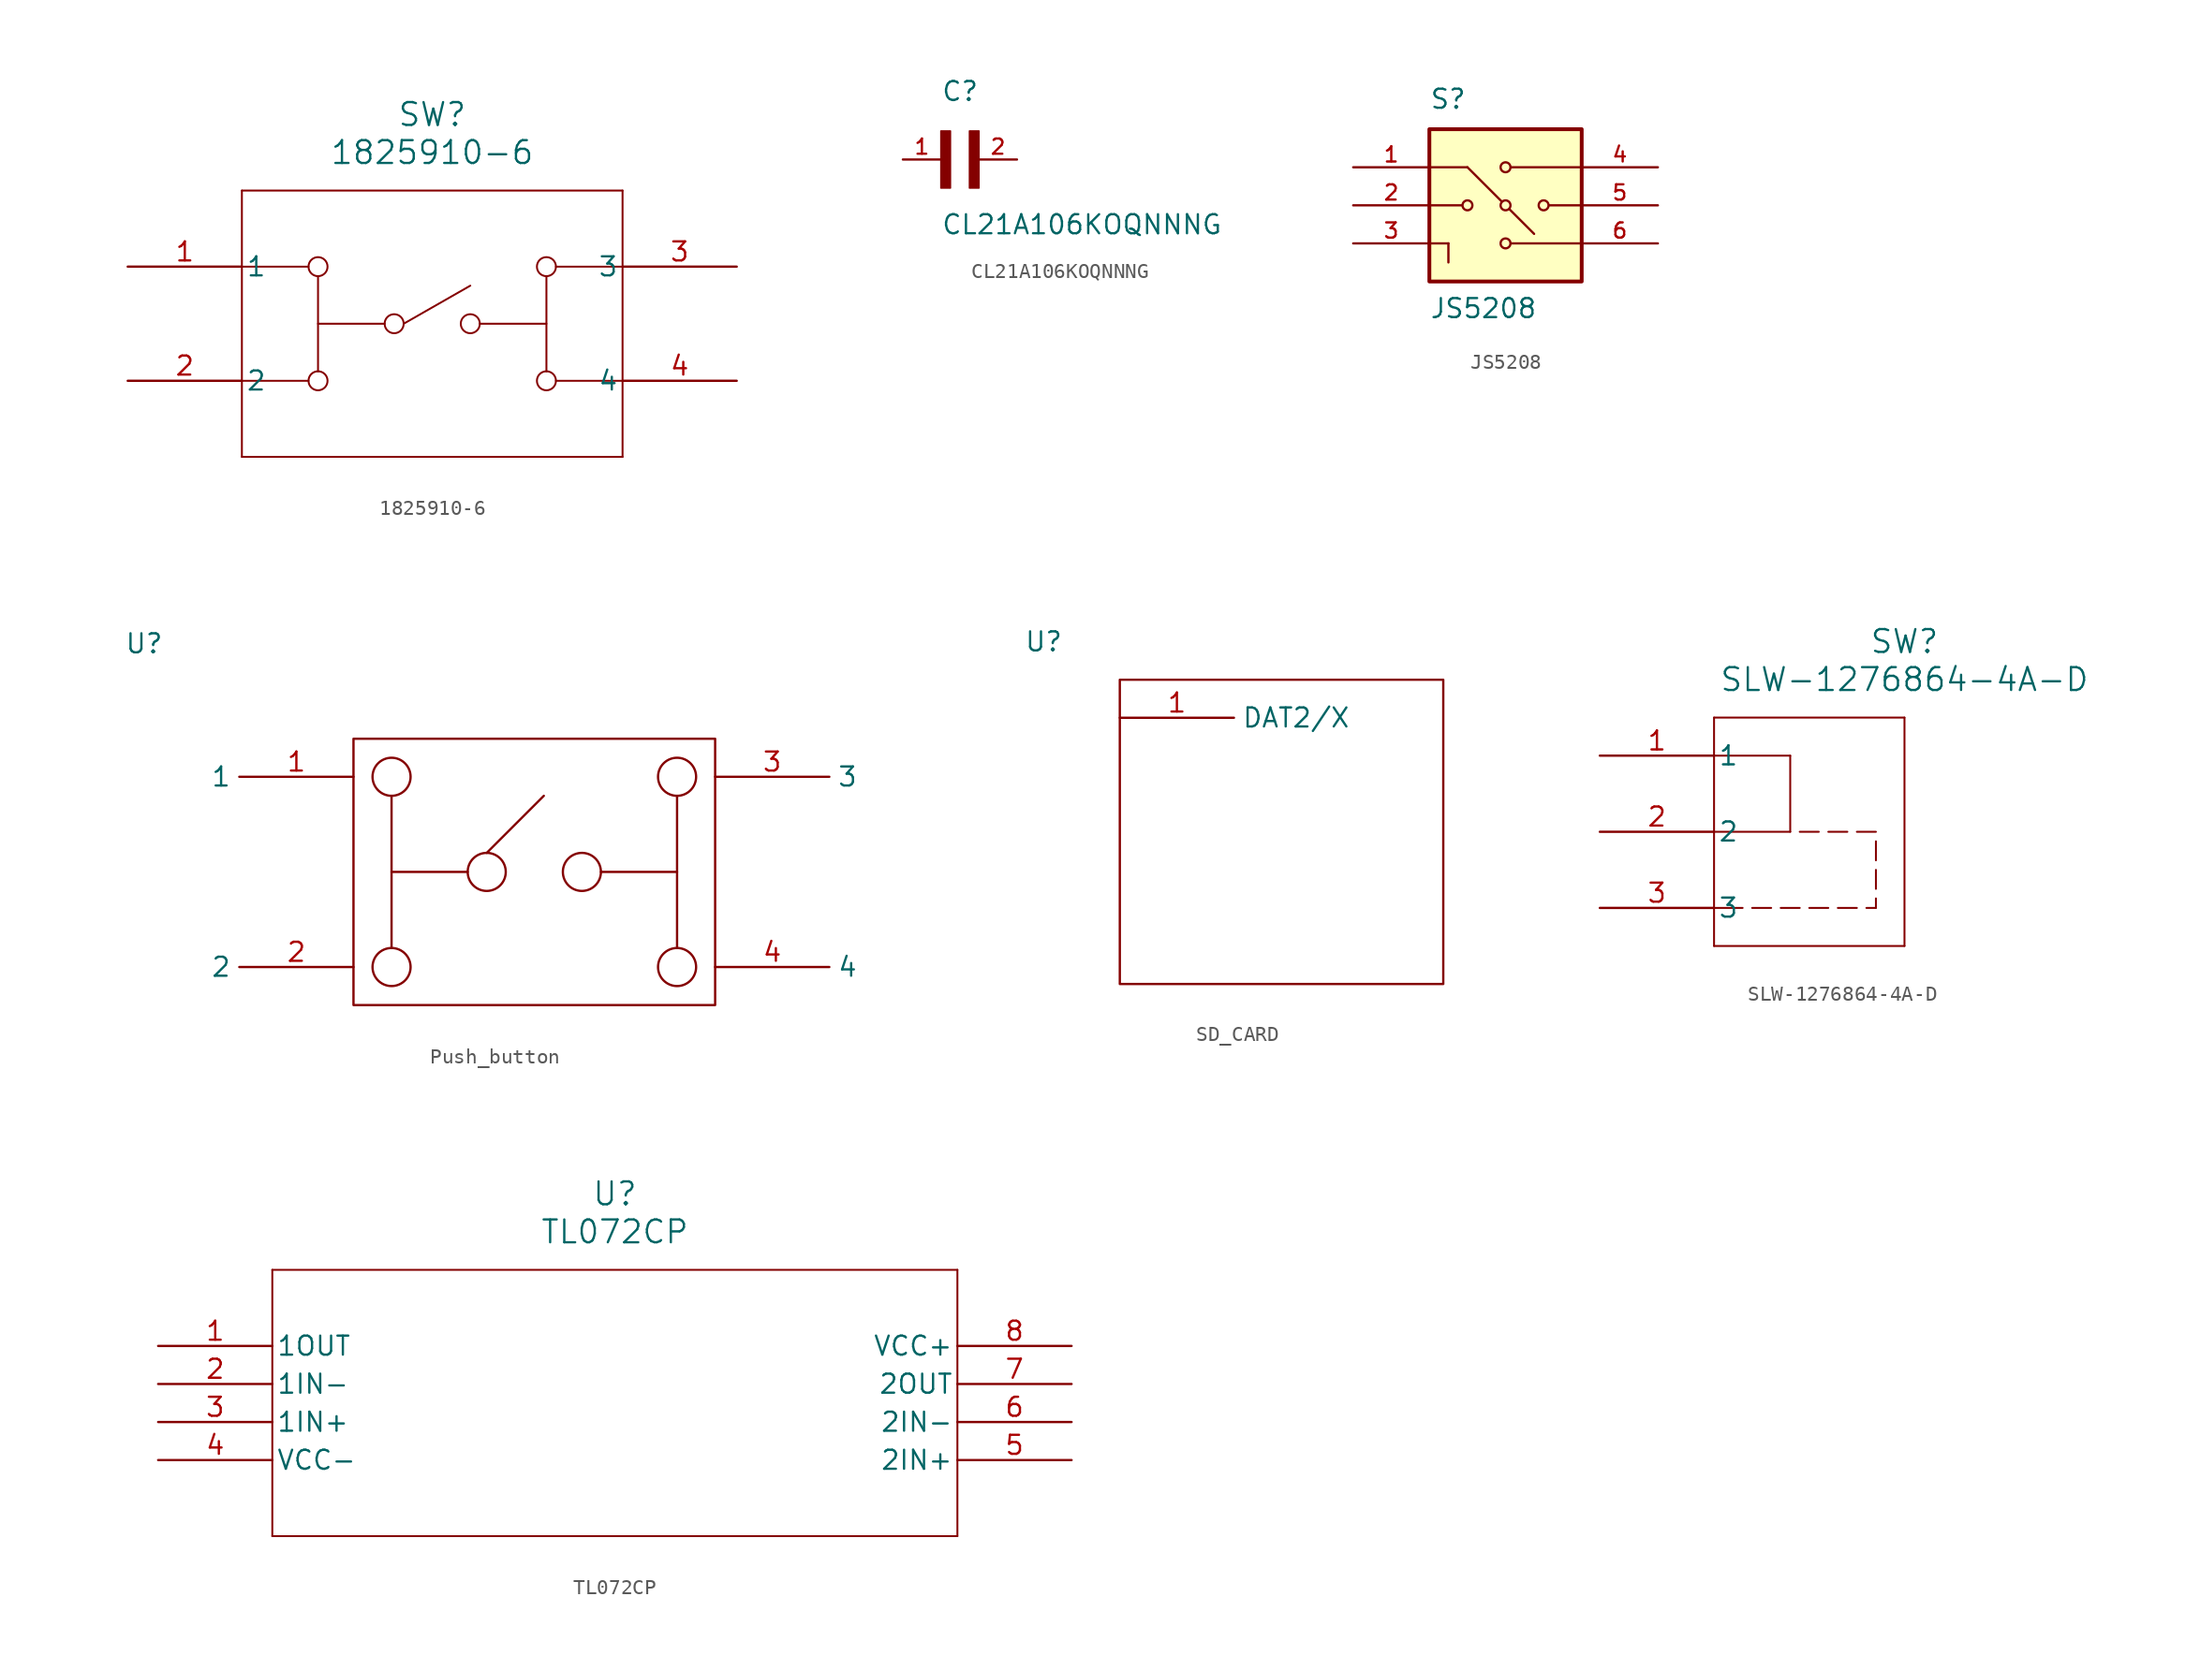
<source format=kicad_sym>
(kicad_symbol_lib
  (version 20241209)
  (generator "kicad_symbol_editor")
  (generator_version "9.0")
  (symbol "1825910-6"
    (pin_names
      (offset 0.254))
    (property "Reference" "SW"
      (at 20.32 10.16 0)
      (effects (font (size 1.524 1.524))))
    (property "Value" "1825910-6"
      (at 20.32 7.62 0)
      (effects (font (size 1.524 1.524))))
    (property "ki_locked" ""
      (at 0 0 0)
      (effects (font (size 1.27 1.27))))
    (symbol "1825910-6_0_1"
      (polyline (pts (xy 7.62 5.08) (xy 7.62 -12.7)) (stroke (width 0.127) (type default)) (fill (type none)))
      (polyline (pts (xy 7.62 0) (xy 12.065 0)) (stroke (width 0.127) (type default)) (fill (type none)))
      (polyline (pts (xy 7.62 -7.62) (xy 12.065 -7.62)) (stroke (width 0.127) (type default)) (fill (type none)))
      (polyline (pts (xy 7.62 -12.7) (xy 33.02 -12.7)) (stroke (width 0.127) (type default)) (fill (type none)))
      (circle (center 12.7 0) (radius 0.635) (stroke (width 0.127) (type default)) (fill (type none)))
      (polyline (pts (xy 12.7 -0.635) (xy 12.7 -6.985)) (stroke (width 0.127) (type default)) (fill (type none)))
      (polyline (pts (xy 12.7 -3.81) (xy 17.145 -3.81)) (stroke (width 0.127) (type default)) (fill (type none)))
      (circle (center 12.7 -7.62) (radius 0.635) (stroke (width 0.127) (type default)) (fill (type none)))
      (circle (center 17.78 -3.81) (radius 0.635) (stroke (width 0.127) (type default)) (fill (type none)))
      (polyline (pts (xy 18.415 -3.81) (xy 22.86 -1.27)) (stroke (width 0.127) (type default)) (fill (type none)))
      (circle (center 22.86 -3.81) (radius 0.635) (stroke (width 0.127) (type default)) (fill (type none)))
      (circle (center 27.94 0) (radius 0.635) (stroke (width 0.127) (type default)) (fill (type none)))
      (polyline (pts (xy 27.94 -0.635) (xy 27.94 -6.985)) (stroke (width 0.127) (type default)) (fill (type none)))
      (polyline (pts (xy 27.94 -3.81) (xy 23.495 -3.81)) (stroke (width 0.127) (type default)) (fill (type none)))
      (circle (center 27.94 -7.62) (radius 0.635) (stroke (width 0.127) (type default)) (fill (type none)))
      (polyline (pts (xy 33.02 5.08) (xy 7.62 5.08)) (stroke (width 0.127) (type default)) (fill (type none)))
      (polyline (pts (xy 33.02 0) (xy 28.575 0)) (stroke (width 0.127) (type default)) (fill (type none)))
      (polyline (pts (xy 33.02 -7.62) (xy 28.575 -7.62)) (stroke (width 0.127) (type default)) (fill (type none)))
      (polyline (pts (xy 33.02 -12.7) (xy 33.02 5.08)) (stroke (width 0.127) (type default)) (fill (type none)))
      (pin unspecified line (at 0 0 0) (length 7.62) (name "1" (effects (font (size 1.27 1.27)))) (number "1" (effects (font (size 1.27 1.27)))))
      (pin unspecified line (at 0 -7.62 0) (length 7.62) (name "2" (effects (font (size 1.27 1.27)))) (number "2" (effects (font (size 1.27 1.27)))))
      (pin unspecified line (at 40.64 0 180) (length 7.62) (name "3" (effects (font (size 1.27 1.27)))) (number "3" (effects (font (size 1.27 1.27)))))
      (pin unspecified line (at 40.64 -7.62 180) (length 7.62) (name "4" (effects (font (size 1.27 1.27)))) (number "4" (effects (font (size 1.27 1.27)))))))
  (symbol "CL21A106KOQNNNG"
    (pin_names
      (offset 1.016))
    (property "Reference" "C"
      (at 0 3.811 0)
      (effects (font (size 1.27 1.27)) (justify left bottom)))
    (property "Value" "CL21A106KOQNNNG"
      (at 0 -5.088 0)
      (effects (font (size 1.27 1.27)) (justify left bottom)))
    (symbol "CL21A106KOQNNNG_0_0"
      (rectangle (start 0 -1.907) (end 0.635 1.905) (stroke (width 0.1) (type default)) (fill (type outline)))
      (rectangle (start 1.907 -1.907) (end 2.54 1.905) (stroke (width 0.1) (type default)) (fill (type outline)))
      (pin passive line (at -2.54 0 0) (length 2.54) (name "~" (effects (font (size 1.016 1.016)))) (number "1" (effects (font (size 1.016 1.016)))))
      (pin passive line (at 5.08 0 180) (length 2.54) (name "~" (effects (font (size 1.016 1.016)))) (number "2" (effects (font (size 1.016 1.016)))))))
  (symbol "JS5208"
    (pin_names
      (offset 1.016))
    (property "Reference" "S"
      (at -5.08 6.35 0)
      (effects (font (size 1.27 1.27)) (justify left bottom)))
    (property "Value" "JS5208"
      (at -5.08 -7.62 0)
      (effects (font (size 1.27 1.27)) (justify left bottom)))
    (symbol "JS5208_0_0"
      (polyline (pts (xy -5.08 2.54) (xy -2.54 2.54)) (stroke (width 0.152) (type default)) (fill (type none)))
      (polyline (pts (xy -5.08 0) (xy -2.921 0)) (stroke (width 0.152) (type default)) (fill (type none)))
      (polyline (pts (xy -5.08 -2.54) (xy -3.81 -2.54)) (stroke (width 0.152) (type default)) (fill (type none)))
      (rectangle (start -5.08 -5.08) (end 5.08 5.08) (stroke (width 0.254) (type default)) (fill (type background)))
      (polyline (pts (xy -3.81 -2.54) (xy -3.81 -3.81)) (stroke (width 0.152) (type default)) (fill (type none)))
      (polyline (pts (xy -2.54 2.54) (xy -0.254 0.254)) (stroke (width 0.152) (type default)) (fill (type none)))
      (circle (center -2.54 0) (radius 0.33) (stroke (width 0.152) (type default)) (fill (type none)))
      (circle (center 0 2.54) (radius 0.33) (stroke (width 0.152) (type default)) (fill (type none)))
      (circle (center 0 0) (radius 0.33) (stroke (width 0.152) (type default)) (fill (type none)))
      (circle (center 0 -2.54) (radius 0.33) (stroke (width 0.152) (type default)) (fill (type none)))
      (polyline (pts (xy 0.254 -0.254) (xy 1.905 -1.905)) (stroke (width 0.152) (type default)) (fill (type none)))
      (polyline (pts (xy 0.381 2.54) (xy 5.08 2.54)) (stroke (width 0.152) (type default)) (fill (type none)))
      (polyline (pts (xy 0.381 -2.54) (xy 5.08 -2.54)) (stroke (width 0.152) (type default)) (fill (type none)))
      (circle (center 2.54 0) (radius 0.33) (stroke (width 0.152) (type default)) (fill (type none)))
      (polyline (pts (xy 2.921 0) (xy 5.08 0)) (stroke (width 0.152) (type default)) (fill (type none)))
      (pin passive line (at -10.16 2.54 0) (length 5.08) (name "~" (effects (font (size 1.016 1.016)))) (number "1" (effects (font (size 1.016 1.016)))))
      (pin passive line (at -10.16 0 0) (length 5.08) (name "~" (effects (font (size 1.016 1.016)))) (number "2" (effects (font (size 1.016 1.016)))))
      (pin passive line (at -10.16 -2.54 0) (length 5.08) (name "~" (effects (font (size 1.016 1.016)))) (number "3" (effects (font (size 1.016 1.016)))))
      (pin passive line (at 10.16 2.54 180) (length 5.08) (name "~" (effects (font (size 1.016 1.016)))) (number "4" (effects (font (size 1.016 1.016)))))
      (pin passive line (at 10.16 0 180) (length 5.08) (name "~" (effects (font (size 1.016 1.016)))) (number "5" (effects (font (size 1.016 1.016)))))
      (pin passive line (at 10.16 -2.54 180) (length 5.08) (name "~" (effects (font (size 1.016 1.016)))) (number "6" (effects (font (size 1.016 1.016)))))))
  (symbol "Push_button"
    (property "Reference" "U"
      (at 0 0 0)
      (effects (font (size 1.27 1.27))))
    (property "Value" ""
      (at 0 0 0)
      (effects (font (size 1.27 1.27))))
    (symbol "Push_button_0_1"
      (rectangle (start 13.97 -6.35) (end 38.1 -24.13) (stroke (width 0) (type default)) (fill (type none)))
      (circle (center 16.51 -8.89) (radius 1.27) (stroke (width 0) (type default)) (fill (type none)))
      (polyline (pts (xy 16.51 -15.24) (xy 21.59 -15.24)) (stroke (width 0) (type default)) (fill (type none)))
      (polyline (pts (xy 16.51 -20.32) (xy 16.51 -10.16)) (stroke (width 0) (type default)) (fill (type none)))
      (circle (center 16.51 -21.59) (radius 1.27) (stroke (width 0) (type default)) (fill (type none)))
      (polyline (pts (xy 22.86 -13.97) (xy 26.67 -10.16)) (stroke (width 0) (type default)) (fill (type none)))
      (circle (center 22.86 -15.24) (radius 1.27) (stroke (width 0) (type default)) (fill (type none)))
      (circle (center 29.21 -15.24) (radius 1.27) (stroke (width 0) (type default)) (fill (type none)))
      (polyline (pts (xy 30.48 -15.24) (xy 35.56 -15.24)) (stroke (width 0) (type default)) (fill (type none)))
      (circle (center 35.56 -8.89) (radius 1.27) (stroke (width 0) (type default)) (fill (type none)))
      (polyline (pts (xy 35.56 -20.32) (xy 35.56 -10.16)) (stroke (width 0) (type default)) (fill (type none)))
      (circle (center 35.56 -21.59) (radius 1.27) (stroke (width 0) (type default)) (fill (type none))))
    (symbol "Push_button_1_1"
      (pin passive line (at 13.97 -8.89 180) (length 7.62) (name "1" (effects (font (size 1.27 1.27)))) (number "1" (effects (font (size 1.27 1.27)))))
      (pin passive line (at 13.97 -21.59 180) (length 7.62) (name "2" (effects (font (size 1.27 1.27)))) (number "2" (effects (font (size 1.27 1.27)))))
      (pin passive line (at 38.1 -8.89 0) (length 7.62) (name "3" (effects (font (size 1.27 1.27)))) (number "3" (effects (font (size 1.27 1.27)))))
      (pin passive line (at 38.1 -21.59 0) (length 7.62) (name "4" (effects (font (size 1.27 1.27)))) (number "4" (effects (font (size 1.27 1.27)))))))
  (symbol "SD_CARD"
    (property "Reference" "U"
      (at 0 0 0)
      (effects (font (size 1.27 1.27))))
    (property "Value" ""
      (at 0 0 0)
      (effects (font (size 1.27 1.27))))
    (symbol "SD_CARD_0_1"
      (rectangle (start 5.08 -2.54) (end 26.67 -22.86) (stroke (width 0) (type default)) (fill (type none))))
    (symbol "SD_CARD_1_1"
      (pin passive line (at 5.08 -5.08 0) (length 7.62) (name "DAT2/X" (effects (font (size 1.27 1.27)))) (number "1" (effects (font (size 1.27 1.27)))))))
  (symbol "SLW-1276864-4A-D"
    (pin_names
      (offset 0.254))
    (property "Reference" "SW"
      (at 20.32 7.62 0)
      (effects (font (size 1.524 1.524))))
    (property "Value" "SLW-1276864-4A-D"
      (at 20.32 5.08 0)
      (effects (font (size 1.524 1.524))))
    (property "ki_locked" ""
      (at 0 0 0)
      (effects (font (size 1.27 1.27))))
    (symbol "SLW-1276864-4A-D_0_1"
      (polyline (pts (xy 7.62 2.54) (xy 7.62 -12.7)) (stroke (width 0.127) (type default)) (fill (type none)))
      (polyline (pts (xy 7.62 0) (xy 12.7 0)) (stroke (width 0.127) (type default)) (fill (type none)))
      (polyline (pts (xy 7.62 -12.7) (xy 20.32 -12.7)) (stroke (width 0.127) (type default)) (fill (type none)))
      (polyline (pts (xy 9.525 -10.16) (xy 7.62 -10.16)) (stroke (width 0.127) (type default)) (fill (type none)))
      (polyline (pts (xy 11.43 -10.16) (xy 10.16 -10.16)) (stroke (width 0.127) (type default)) (fill (type none)))
      (polyline (pts (xy 12.7 0) (xy 12.7 -5.08)) (stroke (width 0.127) (type default)) (fill (type none)))
      (polyline (pts (xy 12.7 -5.08) (xy 7.62 -5.08)) (stroke (width 0.127) (type default)) (fill (type none)))
      (polyline (pts (xy 13.335 -5.08) (xy 14.605 -5.08)) (stroke (width 0.127) (type default)) (fill (type none)))
      (polyline (pts (xy 13.335 -10.16) (xy 12.065 -10.16)) (stroke (width 0.127) (type default)) (fill (type none)))
      (polyline (pts (xy 15.24 -5.08) (xy 16.51 -5.08)) (stroke (width 0.127) (type default)) (fill (type none)))
      (polyline (pts (xy 15.24 -10.16) (xy 13.97 -10.16)) (stroke (width 0.127) (type default)) (fill (type none)))
      (polyline (pts (xy 17.145 -5.08) (xy 18.415 -5.08)) (stroke (width 0.127) (type default)) (fill (type none)))
      (polyline (pts (xy 17.145 -10.16) (xy 15.875 -10.16)) (stroke (width 0.127) (type default)) (fill (type none)))
      (polyline (pts (xy 17.78 -10.16) (xy 18.415 -10.16)) (stroke (width 0.127) (type default)) (fill (type none)))
      (polyline (pts (xy 18.415 -5.715) (xy 18.415 -6.985)) (stroke (width 0.127) (type default)) (fill (type none)))
      (polyline (pts (xy 18.415 -7.62) (xy 18.415 -8.89)) (stroke (width 0.127) (type default)) (fill (type none)))
      (polyline (pts (xy 18.415 -9.525) (xy 18.415 -10.16)) (stroke (width 0.127) (type default)) (fill (type none)))
      (polyline (pts (xy 20.32 2.54) (xy 7.62 2.54)) (stroke (width 0.127) (type default)) (fill (type none)))
      (polyline (pts (xy 20.32 -12.7) (xy 20.32 2.54)) (stroke (width 0.127) (type default)) (fill (type none)))
      (pin unspecified line (at 0 0 0) (length 7.62) (name "1" (effects (font (size 1.27 1.27)))) (number "1" (effects (font (size 1.27 1.27)))))
      (pin unspecified line (at 0 -5.08 0) (length 7.62) (name "2" (effects (font (size 1.27 1.27)))) (number "2" (effects (font (size 1.27 1.27)))))
      (pin unspecified line (at 0 -10.16 0) (length 7.62) (name "3" (effects (font (size 1.27 1.27)))) (number "3" (effects (font (size 1.27 1.27)))))))
  (symbol "TL072CP"
    (pin_names
      (offset 0.254))
    (property "Reference" "U"
      (at 40.64 -2.54 0)
      (effects (font (size 1.524 1.524))))
    (property "Value" "TL072CP"
      (at 40.64 -5.08 0)
      (effects (font (size 1.524 1.524))))
    (property "ki_locked" ""
      (at 0 0 0)
      (effects (font (size 1.27 1.27))))
    (symbol "TL072CP_0_1"
      (polyline (pts (xy 17.78 -7.62) (xy 17.78 -25.4)) (stroke (width 0.127) (type default)) (fill (type none)))
      (polyline (pts (xy 17.78 -25.4) (xy 63.5 -25.4)) (stroke (width 0.127) (type default)) (fill (type none)))
      (polyline (pts (xy 63.5 -7.62) (xy 17.78 -7.62)) (stroke (width 0.127) (type default)) (fill (type none)))
      (polyline (pts (xy 63.5 -25.4) (xy 63.5 -7.62)) (stroke (width 0.127) (type default)) (fill (type none)))
      (pin output line (at 10.16 -12.7 0) (length 7.62) (name "1OUT" (effects (font (size 1.27 1.27)))) (number "1" (effects (font (size 1.27 1.27)))))
      (pin input line (at 10.16 -15.24 0) (length 7.62) (name "1IN-" (effects (font (size 1.27 1.27)))) (number "2" (effects (font (size 1.27 1.27)))))
      (pin input line (at 10.16 -17.78 0) (length 7.62) (name "1IN+" (effects (font (size 1.27 1.27)))) (number "3" (effects (font (size 1.27 1.27)))))
      (pin power_in line (at 10.16 -20.32 0) (length 7.62) (name "VCC-" (effects (font (size 1.27 1.27)))) (number "4" (effects (font (size 1.27 1.27)))))
      (pin power_in line (at 71.12 -12.7 180) (length 7.62) (name "VCC+" (effects (font (size 1.27 1.27)))) (number "8" (effects (font (size 1.27 1.27)))))
      (pin output line (at 71.12 -15.24 180) (length 7.62) (name "2OUT" (effects (font (size 1.27 1.27)))) (number "7" (effects (font (size 1.27 1.27)))))
      (pin input line (at 71.12 -17.78 180) (length 7.62) (name "2IN-" (effects (font (size 1.27 1.27)))) (number "6" (effects (font (size 1.27 1.27)))))
      (pin input line (at 71.12 -20.32 180) (length 7.62) (name "2IN+" (effects (font (size 1.27 1.27)))) (number "5" (effects (font (size 1.27 1.27))))))))
</source>
